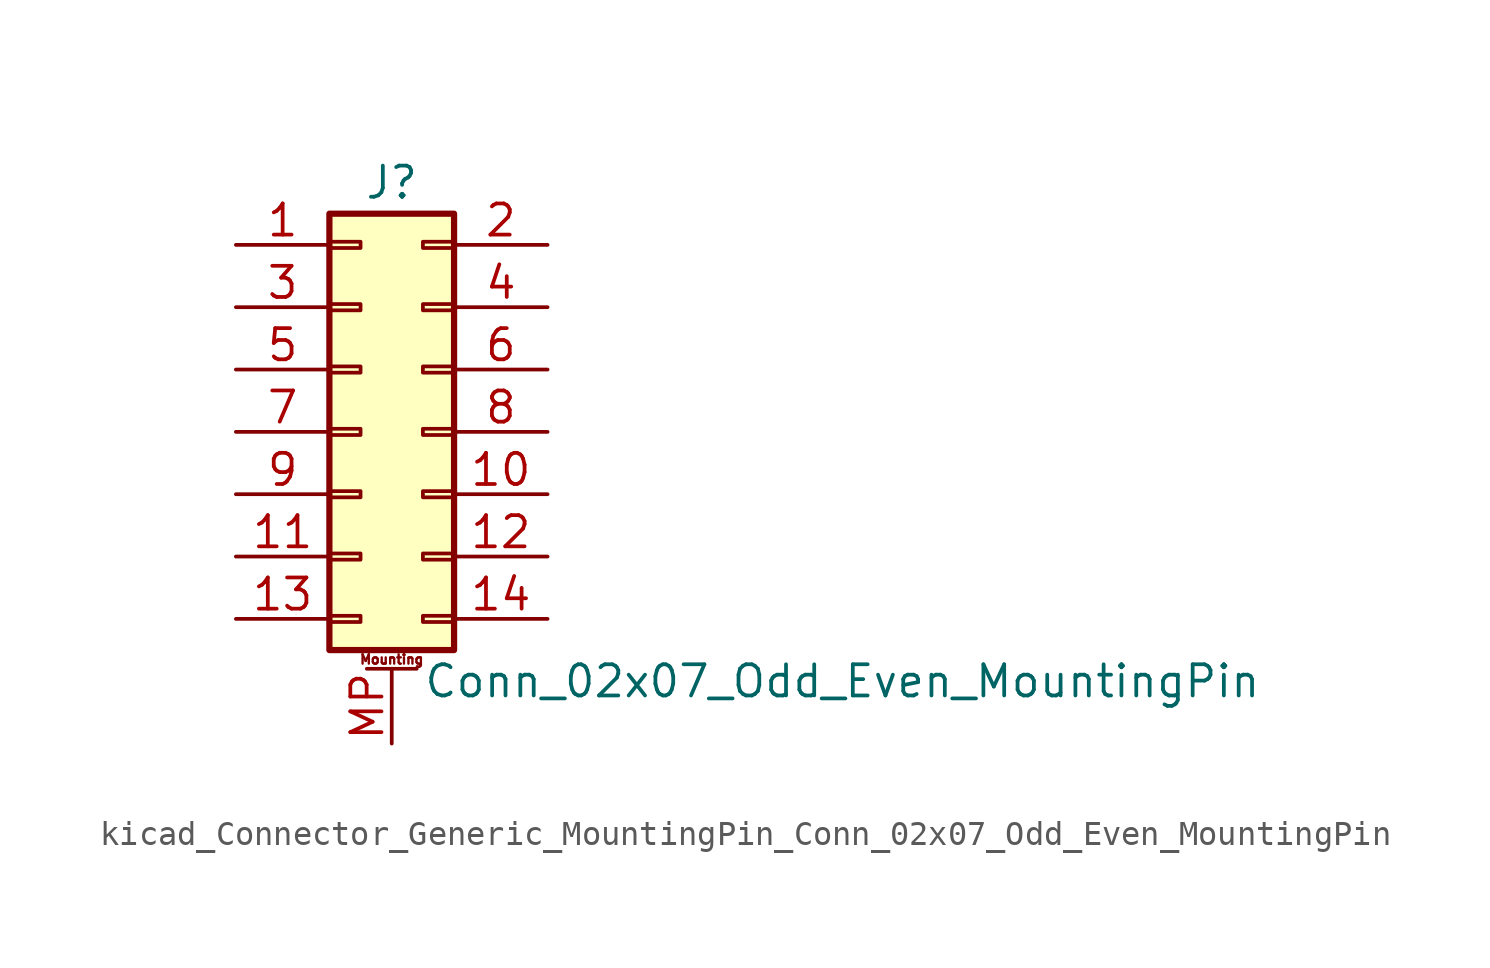
<source format=kicad_sym>
(kicad_symbol_lib
  (version 20220914)
  (generator kicad_symbol_editor)
  (symbol "kicad_Connector_Generic_MountingPin_Conn_02x07_Odd_Even_MountingPin"
    (pin_names
      (offset 1.016) hide)
    (property "Reference" "J"
      (at 1.27 10.16 0)
      (effects (font (size 1.27 1.27))))
    (property "Value" "Conn_02x07_Odd_Even_MountingPin"
      (at 2.54 -10.16 0)
      (effects (font (size 1.27 1.27)) (justify left)))
    (symbol "kicad_Connector_Generic_MountingPin_Conn_02x07_Odd_Even_MountingPin_1_1"
      (rectangle (start -1.27 -7.493) (end 0 -7.747) (stroke (width 0.152) (type default)) (fill (type none)))
      (rectangle (start -1.27 -4.953) (end 0 -5.207) (stroke (width 0.152) (type default)) (fill (type none)))
      (rectangle (start -1.27 -2.413) (end 0 -2.667) (stroke (width 0.152) (type default)) (fill (type none)))
      (rectangle (start -1.27 0.127) (end 0 -0.127) (stroke (width 0.152) (type default)) (fill (type none)))
      (rectangle (start -1.27 2.667) (end 0 2.413) (stroke (width 0.152) (type default)) (fill (type none)))
      (rectangle (start -1.27 5.207) (end 0 4.953) (stroke (width 0.152) (type default)) (fill (type none)))
      (rectangle (start -1.27 7.747) (end 0 7.493) (stroke (width 0.152) (type default)) (fill (type none)))
      (rectangle (start -1.27 8.89) (end 3.81 -8.89) (stroke (width 0.254) (type default)) (fill (type background)))
      (polyline (pts (xy 0.254 -9.652) (xy 2.286 -9.652)) (stroke (width 0.152) (type default)) (fill (type none)))
      (rectangle (start 3.81 -7.493) (end 2.54 -7.747) (stroke (width 0.152) (type default)) (fill (type none)))
      (rectangle (start 3.81 -4.953) (end 2.54 -5.207) (stroke (width 0.152) (type default)) (fill (type none)))
      (rectangle (start 3.81 -2.413) (end 2.54 -2.667) (stroke (width 0.152) (type default)) (fill (type none)))
      (rectangle (start 3.81 0.127) (end 2.54 -0.127) (stroke (width 0.152) (type default)) (fill (type none)))
      (rectangle (start 3.81 2.667) (end 2.54 2.413) (stroke (width 0.152) (type default)) (fill (type none)))
      (rectangle (start 3.81 5.207) (end 2.54 4.953) (stroke (width 0.152) (type default)) (fill (type none)))
      (rectangle (start 3.81 7.747) (end 2.54 7.493) (stroke (width 0.152) (type default)) (fill (type none)))
      (text "Mounting" (at 1.27 -9.271 0) (effects (font (size 0.381 0.381))))
      (pin passive line (at -5.08 7.62 0) (length 3.81) (name "Pin_1" (effects (font (size 1.27 1.27)))) (number "1" (effects (font (size 1.27 1.27)))))
      (pin passive line (at 7.62 -2.54 180) (length 3.81) (name "Pin_10" (effects (font (size 1.27 1.27)))) (number "10" (effects (font (size 1.27 1.27)))))
      (pin passive line (at -5.08 -5.08 0) (length 3.81) (name "Pin_11" (effects (font (size 1.27 1.27)))) (number "11" (effects (font (size 1.27 1.27)))))
      (pin passive line (at 7.62 -5.08 180) (length 3.81) (name "Pin_12" (effects (font (size 1.27 1.27)))) (number "12" (effects (font (size 1.27 1.27)))))
      (pin passive line (at -5.08 -7.62 0) (length 3.81) (name "Pin_13" (effects (font (size 1.27 1.27)))) (number "13" (effects (font (size 1.27 1.27)))))
      (pin passive line (at 7.62 -7.62 180) (length 3.81) (name "Pin_14" (effects (font (size 1.27 1.27)))) (number "14" (effects (font (size 1.27 1.27)))))
      (pin passive line (at 7.62 7.62 180) (length 3.81) (name "Pin_2" (effects (font (size 1.27 1.27)))) (number "2" (effects (font (size 1.27 1.27)))))
      (pin passive line (at -5.08 5.08 0) (length 3.81) (name "Pin_3" (effects (font (size 1.27 1.27)))) (number "3" (effects (font (size 1.27 1.27)))))
      (pin passive line (at 7.62 5.08 180) (length 3.81) (name "Pin_4" (effects (font (size 1.27 1.27)))) (number "4" (effects (font (size 1.27 1.27)))))
      (pin passive line (at -5.08 2.54 0) (length 3.81) (name "Pin_5" (effects (font (size 1.27 1.27)))) (number "5" (effects (font (size 1.27 1.27)))))
      (pin passive line (at 7.62 2.54 180) (length 3.81) (name "Pin_6" (effects (font (size 1.27 1.27)))) (number "6" (effects (font (size 1.27 1.27)))))
      (pin passive line (at -5.08 0 0) (length 3.81) (name "Pin_7" (effects (font (size 1.27 1.27)))) (number "7" (effects (font (size 1.27 1.27)))))
      (pin passive line (at 7.62 0 180) (length 3.81) (name "Pin_8" (effects (font (size 1.27 1.27)))) (number "8" (effects (font (size 1.27 1.27)))))
      (pin passive line (at -5.08 -2.54 0) (length 3.81) (name "Pin_9" (effects (font (size 1.27 1.27)))) (number "9" (effects (font (size 1.27 1.27)))))
      (pin passive line (at 1.27 -12.7 90) (length 3.048) (name "MountPin" (effects (font (size 1.27 1.27)))) (number "MP" (effects (font (size 1.27 1.27))))))))
</source>
